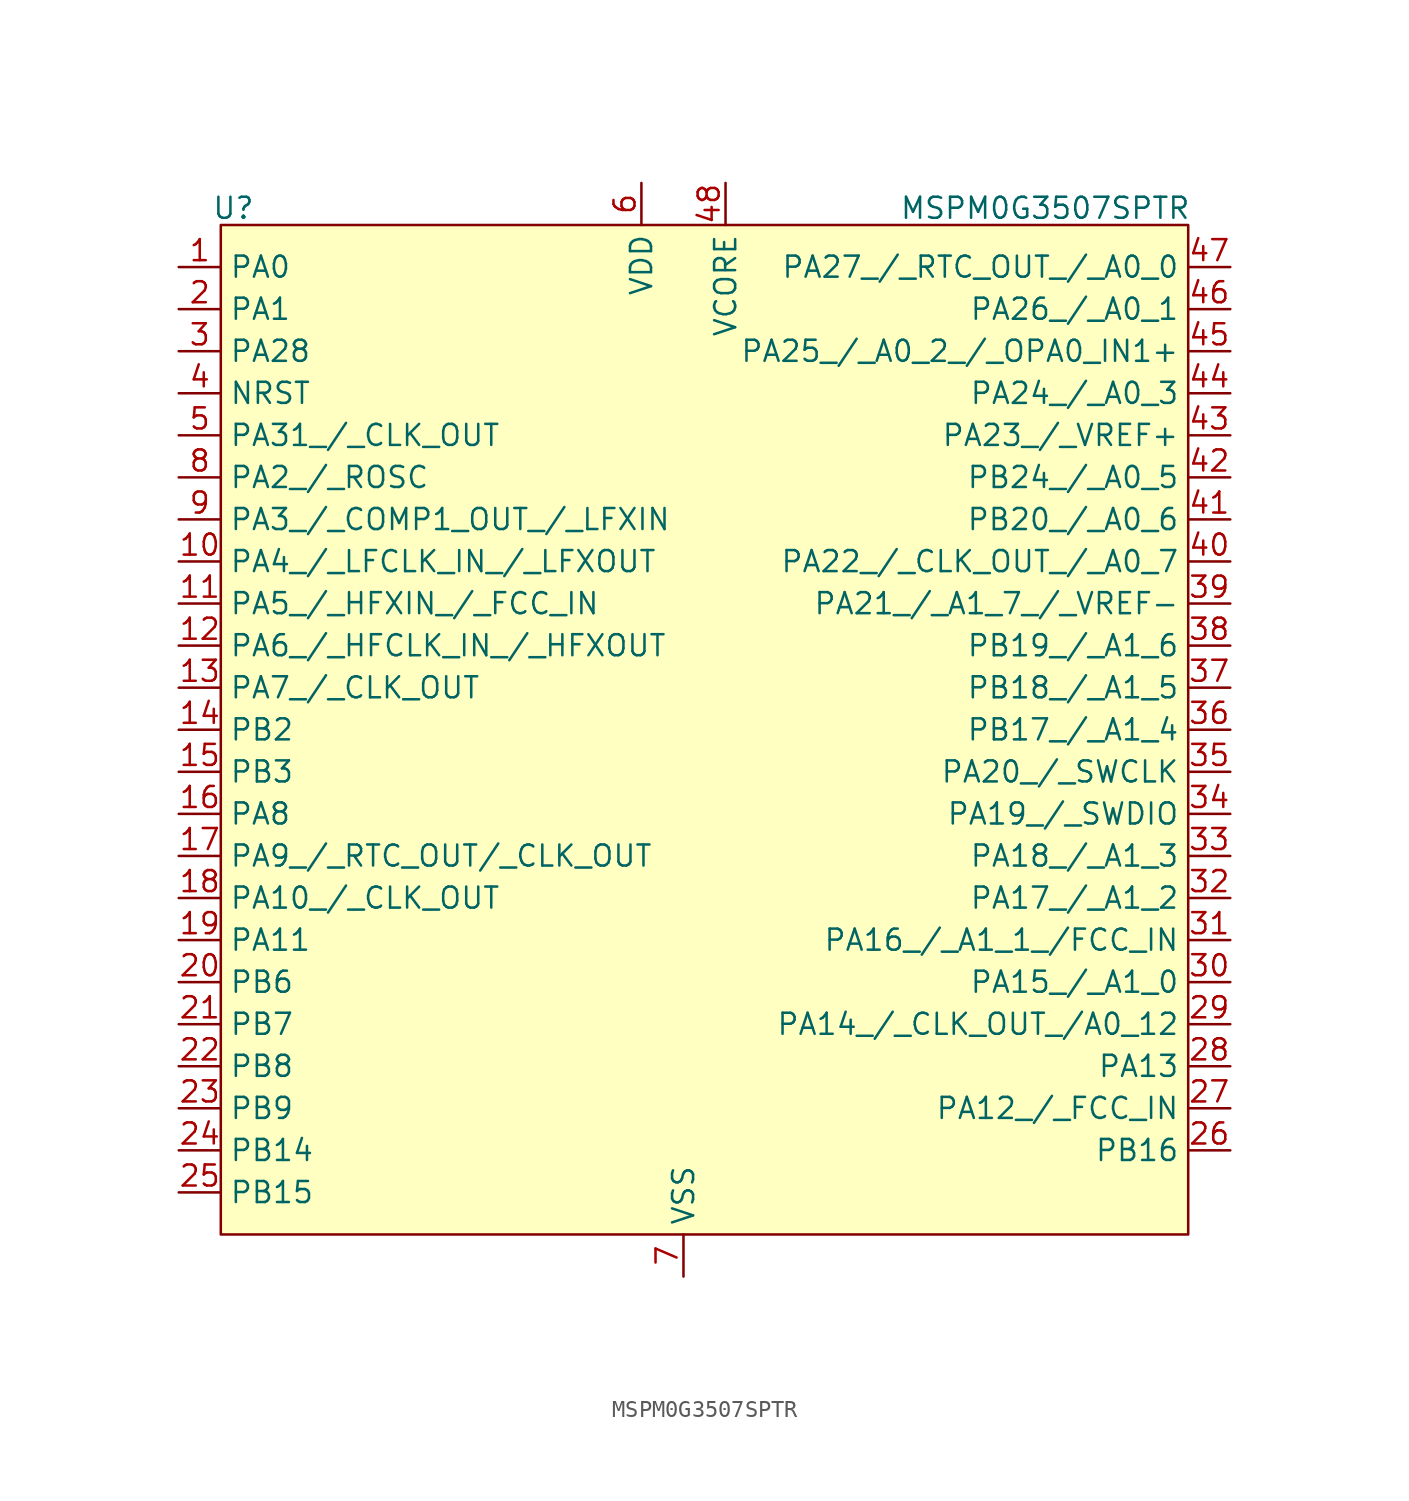
<source format=kicad_sym>
(kicad_symbol_lib
  (version 20241209)
  (generator "kicad_symbol_editor")
  (generator_version "9.0")
  (symbol "MSPM0G3507SPTR"
    (property "Reference" "U"
      (at 0.762 1.016 0)
      (effects (font (size 1.27 1.27))))
    (property "Value" "MSPM0G3507SPTR"
      (at 49.784 1.016 0)
      (effects (font (size 1.27 1.27))))
    (symbol "MSPM0G3507SPTR_0_0"
      (pin bidirectional line (at -2.54 -2.54 0) (length 2.54) (name "PA0" (effects (font (size 1.27 1.27)))) (number "1" (effects (font (size 1.27 1.27)))))
      (pin bidirectional line (at -2.54 -5.08 0) (length 2.54) (name "PA1" (effects (font (size 1.27 1.27)))) (number "2" (effects (font (size 1.27 1.27)))))
      (pin bidirectional line (at -2.54 -7.62 0) (length 2.54) (name "PA28" (effects (font (size 1.27 1.27)))) (number "3" (effects (font (size 1.27 1.27)))))
      (pin input line (at -2.54 -10.16 0) (length 2.54) (name "NRST" (effects (font (size 1.27 1.27)))) (number "4" (effects (font (size 1.27 1.27)))))
      (pin bidirectional line (at -2.54 -12.7 0) (length 2.54) (name "PA31_/_CLK_OUT" (effects (font (size 1.27 1.27)))) (number "5" (effects (font (size 1.27 1.27)))))
      (pin bidirectional line (at -2.54 -15.24 0) (length 2.54) (name "PA2_/_ROSC" (effects (font (size 1.27 1.27)))) (number "8" (effects (font (size 1.27 1.27)))))
      (pin bidirectional line (at -2.54 -17.78 0) (length 2.54) (name "PA3_/_COMP1_OUT_/_LFXIN" (effects (font (size 1.27 1.27)))) (number "9" (effects (font (size 1.27 1.27)))))
      (pin bidirectional line (at -2.54 -20.32 0) (length 2.54) (name "PA4_/_LFCLK_IN_/_LFXOUT" (effects (font (size 1.27 1.27)))) (number "10" (effects (font (size 1.27 1.27)))))
      (pin bidirectional line (at -2.54 -22.86 0) (length 2.54) (name "PA5_/_HFXIN_/_FCC_IN" (effects (font (size 1.27 1.27)))) (number "11" (effects (font (size 1.27 1.27)))))
      (pin bidirectional line (at -2.54 -25.4 0) (length 2.54) (name "PA6_/_HFCLK_IN_/_HFXOUT" (effects (font (size 1.27 1.27)))) (number "12" (effects (font (size 1.27 1.27)))))
      (pin bidirectional line (at -2.54 -27.94 0) (length 2.54) (name "PA7_/_CLK_OUT" (effects (font (size 1.27 1.27)))) (number "13" (effects (font (size 1.27 1.27)))))
      (pin bidirectional line (at -2.54 -30.48 0) (length 2.54) (name "PB2" (effects (font (size 1.27 1.27)))) (number "14" (effects (font (size 1.27 1.27)))))
      (pin bidirectional line (at -2.54 -33.02 0) (length 2.54) (name "PB3" (effects (font (size 1.27 1.27)))) (number "15" (effects (font (size 1.27 1.27)))))
      (pin bidirectional line (at -2.54 -35.56 0) (length 2.54) (name "PA8" (effects (font (size 1.27 1.27)))) (number "16" (effects (font (size 1.27 1.27)))))
      (pin bidirectional line (at -2.54 -38.1 0) (length 2.54) (name "PA9_/_RTC_OUT/_CLK_OUT" (effects (font (size 1.27 1.27)))) (number "17" (effects (font (size 1.27 1.27)))))
      (pin bidirectional line (at -2.54 -40.64 0) (length 2.54) (name "PA10_/_CLK_OUT" (effects (font (size 1.27 1.27)))) (number "18" (effects (font (size 1.27 1.27)))))
      (pin bidirectional line (at -2.54 -43.18 0) (length 2.54) (name "PA11" (effects (font (size 1.27 1.27)))) (number "19" (effects (font (size 1.27 1.27)))))
      (pin bidirectional line (at -2.54 -45.72 0) (length 2.54) (name "PB6" (effects (font (size 1.27 1.27)))) (number "20" (effects (font (size 1.27 1.27)))))
      (pin bidirectional line (at -2.54 -48.26 0) (length 2.54) (name "PB7" (effects (font (size 1.27 1.27)))) (number "21" (effects (font (size 1.27 1.27)))))
      (pin bidirectional line (at -2.54 -50.8 0) (length 2.54) (name "PB8" (effects (font (size 1.27 1.27)))) (number "22" (effects (font (size 1.27 1.27)))))
      (pin bidirectional line (at -2.54 -53.34 0) (length 2.54) (name "PB9" (effects (font (size 1.27 1.27)))) (number "23" (effects (font (size 1.27 1.27)))))
      (pin bidirectional line (at -2.54 -55.88 0) (length 2.54) (name "PB14" (effects (font (size 1.27 1.27)))) (number "24" (effects (font (size 1.27 1.27)))))
      (pin bidirectional line (at -2.54 -58.42 0) (length 2.54) (name "PB15" (effects (font (size 1.27 1.27)))) (number "25" (effects (font (size 1.27 1.27)))))
      (pin power_in line (at 25.4 2.54 270) (length 2.54) (name "VDD" (effects (font (size 1.27 1.27)))) (number "6" (effects (font (size 1.27 1.27)))))
      (pin power_in line (at 27.94 -63.5 90) (length 2.54) (name "VSS" (effects (font (size 1.27 1.27)))) (number "7" (effects (font (size 1.27 1.27)))))
      (pin bidirectional line (at 30.48 2.54 270) (length 2.54) (name "VCORE" (effects (font (size 1.27 1.27)))) (number "48" (effects (font (size 1.27 1.27)))))
      (pin bidirectional line (at 60.96 -2.54 180) (length 2.54) (name "PA27_/_RTC_OUT_/_A0_0" (effects (font (size 1.27 1.27)))) (number "47" (effects (font (size 1.27 1.27)))))
      (pin bidirectional line (at 60.96 -5.08 180) (length 2.54) (name "PA26_/_A0_1" (effects (font (size 1.27 1.27)))) (number "46" (effects (font (size 1.27 1.27)))))
      (pin bidirectional line (at 60.96 -7.62 180) (length 2.54) (name "PA25_/_A0_2_/_OPA0_IN1+" (effects (font (size 1.27 1.27)))) (number "45" (effects (font (size 1.27 1.27)))))
      (pin bidirectional line (at 60.96 -10.16 180) (length 2.54) (name "PA24_/_A0_3" (effects (font (size 1.27 1.27)))) (number "44" (effects (font (size 1.27 1.27)))))
      (pin bidirectional line (at 60.96 -12.7 180) (length 2.54) (name "PA23_/_VREF+" (effects (font (size 1.27 1.27)))) (number "43" (effects (font (size 1.27 1.27)))))
      (pin bidirectional line (at 60.96 -15.24 180) (length 2.54) (name "PB24_/_A0_5" (effects (font (size 1.27 1.27)))) (number "42" (effects (font (size 1.27 1.27)))))
      (pin bidirectional line (at 60.96 -17.78 180) (length 2.54) (name "PB20_/_A0_6" (effects (font (size 1.27 1.27)))) (number "41" (effects (font (size 1.27 1.27)))))
      (pin bidirectional line (at 60.96 -20.32 180) (length 2.54) (name "PA22_/_CLK_OUT_/_A0_7" (effects (font (size 1.27 1.27)))) (number "40" (effects (font (size 1.27 1.27)))))
      (pin bidirectional line (at 60.96 -22.86 180) (length 2.54) (name "PA21_/_A1_7_/_VREF-" (effects (font (size 1.27 1.27)))) (number "39" (effects (font (size 1.27 1.27)))))
      (pin bidirectional line (at 60.96 -25.4 180) (length 2.54) (name "PB19_/_A1_6" (effects (font (size 1.27 1.27)))) (number "38" (effects (font (size 1.27 1.27)))))
      (pin bidirectional line (at 60.96 -27.94 180) (length 2.54) (name "PB18_/_A1_5" (effects (font (size 1.27 1.27)))) (number "37" (effects (font (size 1.27 1.27)))))
      (pin bidirectional line (at 60.96 -30.48 180) (length 2.54) (name "PB17_/_A1_4" (effects (font (size 1.27 1.27)))) (number "36" (effects (font (size 1.27 1.27)))))
      (pin bidirectional line (at 60.96 -33.02 180) (length 2.54) (name "PA20_/_SWCLK" (effects (font (size 1.27 1.27)))) (number "35" (effects (font (size 1.27 1.27)))))
      (pin bidirectional line (at 60.96 -35.56 180) (length 2.54) (name "PA19_/_SWDIO" (effects (font (size 1.27 1.27)))) (number "34" (effects (font (size 1.27 1.27)))))
      (pin bidirectional line (at 60.96 -38.1 180) (length 2.54) (name "PA18_/_A1_3" (effects (font (size 1.27 1.27)))) (number "33" (effects (font (size 1.27 1.27)))))
      (pin bidirectional line (at 60.96 -40.64 180) (length 2.54) (name "PA17_/_A1_2" (effects (font (size 1.27 1.27)))) (number "32" (effects (font (size 1.27 1.27)))))
      (pin bidirectional line (at 60.96 -43.18 180) (length 2.54) (name "PA16_/_A1_1_/FCC_IN" (effects (font (size 1.27 1.27)))) (number "31" (effects (font (size 1.27 1.27)))))
      (pin bidirectional line (at 60.96 -45.72 180) (length 2.54) (name "PA15_/_A1_0" (effects (font (size 1.27 1.27)))) (number "30" (effects (font (size 1.27 1.27)))))
      (pin bidirectional line (at 60.96 -48.26 180) (length 2.54) (name "PA14_/_CLK_OUT_/A0_12" (effects (font (size 1.27 1.27)))) (number "29" (effects (font (size 1.27 1.27)))))
      (pin bidirectional line (at 60.96 -50.8 180) (length 2.54) (name "PA13" (effects (font (size 1.27 1.27)))) (number "28" (effects (font (size 1.27 1.27)))))
      (pin bidirectional line (at 60.96 -53.34 180) (length 2.54) (name "PA12_/_FCC_IN" (effects (font (size 1.27 1.27)))) (number "27" (effects (font (size 1.27 1.27)))))
      (pin bidirectional line (at 60.96 -55.88 180) (length 2.54) (name "PB16" (effects (font (size 1.27 1.27)))) (number "26" (effects (font (size 1.27 1.27))))))
    (symbol "MSPM0G3507SPTR_1_1"
      (rectangle (start 0 0) (end 58.42 -60.96) (stroke (width 0) (type solid)) (fill (type color) (color 255 255 194 1))))))
</source>
